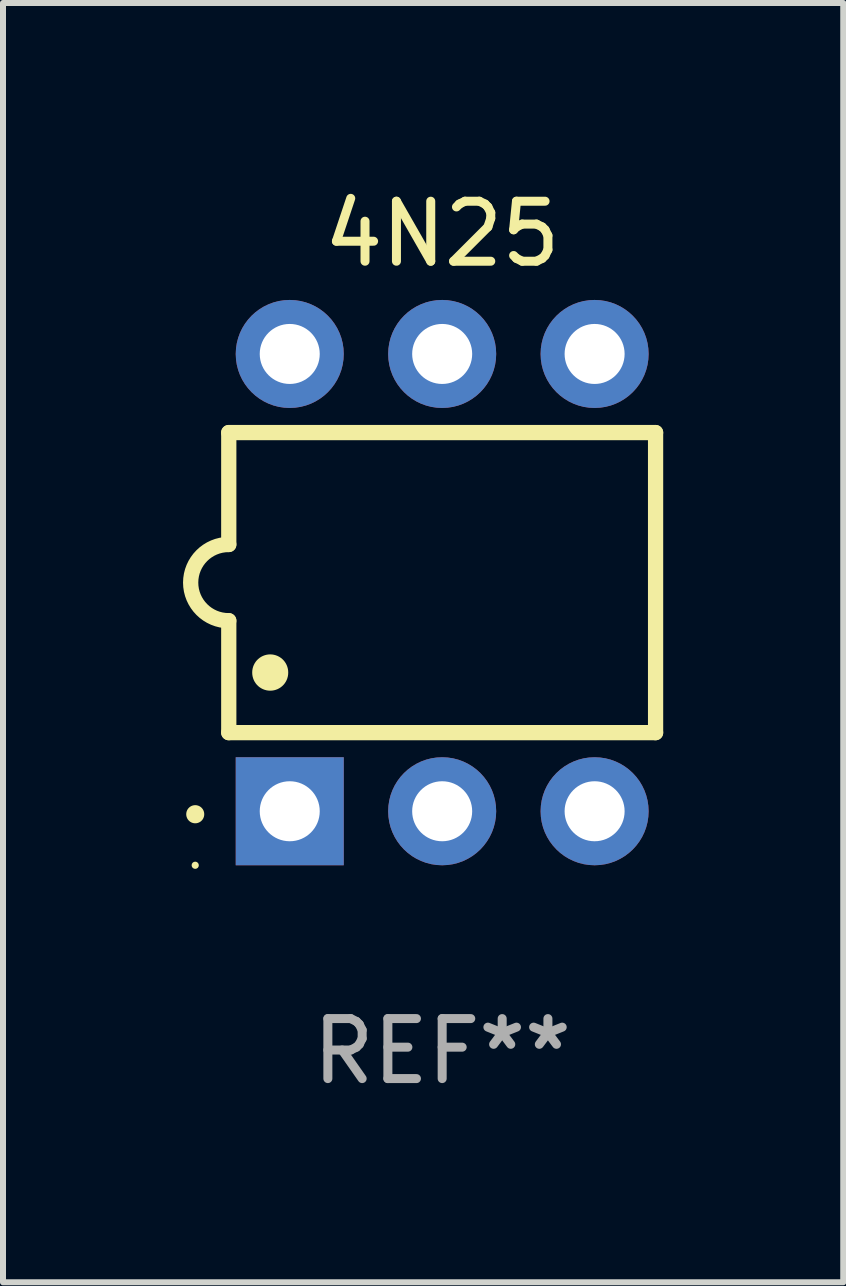
<source format=kicad_pcb>
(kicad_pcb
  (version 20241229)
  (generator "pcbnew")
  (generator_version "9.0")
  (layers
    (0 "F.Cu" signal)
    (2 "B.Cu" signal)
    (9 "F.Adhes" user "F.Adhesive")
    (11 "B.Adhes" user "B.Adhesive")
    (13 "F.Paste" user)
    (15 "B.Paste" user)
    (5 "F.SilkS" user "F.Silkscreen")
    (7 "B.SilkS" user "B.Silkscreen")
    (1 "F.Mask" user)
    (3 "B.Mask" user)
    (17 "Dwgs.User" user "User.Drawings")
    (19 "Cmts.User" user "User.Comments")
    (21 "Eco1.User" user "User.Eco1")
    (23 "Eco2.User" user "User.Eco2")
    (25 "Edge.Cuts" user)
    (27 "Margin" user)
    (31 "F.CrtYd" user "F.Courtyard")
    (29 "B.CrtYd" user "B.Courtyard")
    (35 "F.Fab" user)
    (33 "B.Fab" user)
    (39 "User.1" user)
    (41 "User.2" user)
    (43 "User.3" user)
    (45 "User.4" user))
  (footprint "4N25"
    (layer "F.Cu")
    (at 4.318 6.658)
    (property "Reference" "4N25" (at 0 -5.81 0) (layer "F.SilkS") (effects (font (size 1 1) (thickness 0.15))))
    (attr through_hole)
    (fp_line (start -3.556 -2.5) (end 3.556 -2.5) (stroke (width 0.254) (type solid)) (layer "F.SilkS"))
    (fp_line (start -3.556 -0.635) (end -3.556 -2.5) (stroke (width 0.254) (type solid)) (layer "F.SilkS"))
    (fp_line (start -3.556 0.635) (end -3.556 2.5) (stroke (width 0.254) (type solid)) (layer "F.SilkS"))
    (fp_line (start -3.556 2.5) (end 3.556 2.5) (stroke (width 0.254) (type solid)) (layer "F.SilkS"))
    (fp_line (start 3.556 -2.5) (end 3.556 2.5) (stroke (width 0.254) (type solid)) (layer "F.SilkS"))
    (fp_arc (start -4.114808 3.860808) (mid -4.114813 3.859538) (end -4.114808 3.858268) (stroke (width 0.3) (type solid)) (layer "F.SilkS"))
    (fp_arc (start -3.556007 0.635001) (mid -4.191008 0) (end -3.556007 -0.635001) (stroke (width 0.254001) (type solid)) (layer "F.SilkS"))
    (fp_arc (start -2.865405 1.501143) (mid -2.865416 1.498603) (end -2.865405 1.496063) (stroke (width 0.6) (type solid)) (layer "F.SilkS"))
    (fp_circle (center -4.115 4.71) (end -4.085 4.71) (stroke (width 0.06) (type solid)) (fill no) (layer "F.SilkS"))
    (fp_text user "REF**" (at 0 7.81 0) (layer "F.Fab") (effects (font (size 1 1) (thickness 0.15))))
    (pad "1" thru_hole rect (at -2.54 3.81 90) (size 1.8 1.8) (drill 1) (layers "*.Cu" "*.Mask"))
    (pad "2" thru_hole circle (at 0 3.81) (size 1.8 1.8) (drill 1) (layers "*.Cu" "*.Mask"))
    (pad "3" thru_hole circle (at 2.54 3.81) (size 1.8 1.8) (drill 1) (layers "*.Cu" "*.Mask"))
    (pad "4" thru_hole circle (at 2.54 -3.81) (size 1.8 1.8) (drill 1) (layers "*.Cu" "*.Mask"))
    (pad "5" thru_hole circle (at 0 -3.81) (size 1.8 1.8) (drill 1) (layers "*.Cu" "*.Mask"))
    (pad "6" thru_hole circle (at -2.54 -3.81) (size 1.8 1.8) (drill 1) (layers "*.Cu" "*.Mask")))
  (gr_rect
    (start -3 -3)
    (end 11.001 18.317)
    (stroke (width 0.1) (type default))
    (fill no)
    (layer "Edge.Cuts")))
</source>
